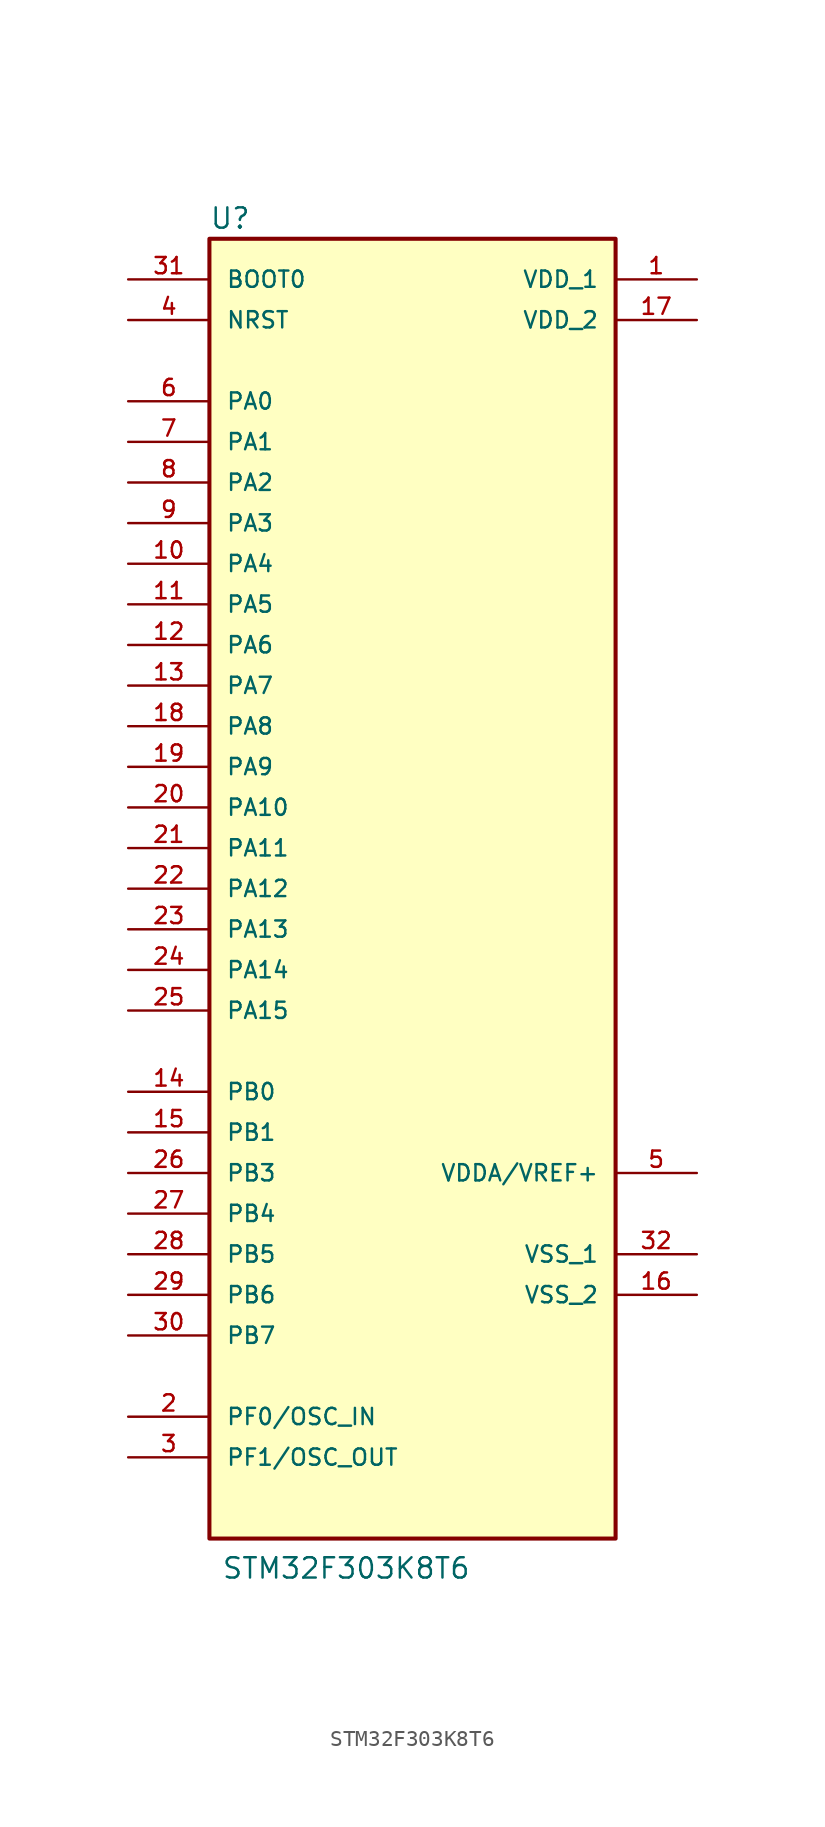
<source format=kicad_sym>
(kicad_symbol_lib
  (version 20211014)
  (generator kicad_symbol_editor)
  (symbol "STM32F303K8T6"
    (pin_names
      (offset 1.016))
    (property "Reference" "U"
      (at -12.708 41.173 0)
      (effects (font (size 1.27 1.27)) (justify bottom left)))
    (property "Value" "STM32F303K8T6"
      (at -11.955 -43.241 0)
      (effects (font (size 1.27 1.27)) (justify bottom left)))
    (symbol "STM32F303K8T6_0_0"
      (rectangle (start -12.7 -40.64) (end 12.7 40.64) (stroke (width 0.254)) (fill (type background)))
      (pin power_in line (at 17.78 -25.4 180.0) (length 5.08) (name "VSS_2" (effects (font (size 1.016 1.016)))) (number "16" (effects (font (size 1.016 1.016)))))
      (pin power_in line (at 17.78 35.56 180.0) (length 5.08) (name "VDD_2" (effects (font (size 1.016 1.016)))) (number "17" (effects (font (size 1.016 1.016)))))
      (pin power_in line (at 17.78 38.1 180.0) (length 5.08) (name "VDD_1" (effects (font (size 1.016 1.016)))) (number "1" (effects (font (size 1.016 1.016)))))
      (pin bidirectional line (at -17.78 30.48 0) (length 5.08) (name "PA0" (effects (font (size 1.016 1.016)))) (number "6" (effects (font (size 1.016 1.016)))))
      (pin bidirectional line (at -17.78 27.94 0) (length 5.08) (name "PA1" (effects (font (size 1.016 1.016)))) (number "7" (effects (font (size 1.016 1.016)))))
      (pin bidirectional line (at -17.78 25.4 0) (length 5.08) (name "PA2" (effects (font (size 1.016 1.016)))) (number "8" (effects (font (size 1.016 1.016)))))
      (pin bidirectional line (at -17.78 22.86 0) (length 5.08) (name "PA3" (effects (font (size 1.016 1.016)))) (number "9" (effects (font (size 1.016 1.016)))))
      (pin bidirectional line (at -17.78 20.32 0) (length 5.08) (name "PA4" (effects (font (size 1.016 1.016)))) (number "10" (effects (font (size 1.016 1.016)))))
      (pin bidirectional line (at -17.78 17.78 0) (length 5.08) (name "PA5" (effects (font (size 1.016 1.016)))) (number "11" (effects (font (size 1.016 1.016)))))
      (pin bidirectional line (at -17.78 15.24 0) (length 5.08) (name "PA6" (effects (font (size 1.016 1.016)))) (number "12" (effects (font (size 1.016 1.016)))))
      (pin bidirectional line (at -17.78 12.7 0) (length 5.08) (name "PA7" (effects (font (size 1.016 1.016)))) (number "13" (effects (font (size 1.016 1.016)))))
      (pin bidirectional line (at -17.78 -12.7 0) (length 5.08) (name "PB0" (effects (font (size 1.016 1.016)))) (number "14" (effects (font (size 1.016 1.016)))))
      (pin bidirectional line (at -17.78 -15.24 0) (length 5.08) (name "PB1" (effects (font (size 1.016 1.016)))) (number "15" (effects (font (size 1.016 1.016)))))
      (pin bidirectional line (at -17.78 -17.78 0) (length 5.08) (name "PB3" (effects (font (size 1.016 1.016)))) (number "26" (effects (font (size 1.016 1.016)))))
      (pin bidirectional line (at -17.78 -20.32 0) (length 5.08) (name "PB4" (effects (font (size 1.016 1.016)))) (number "27" (effects (font (size 1.016 1.016)))))
      (pin bidirectional line (at -17.78 -22.86 0) (length 5.08) (name "PB5" (effects (font (size 1.016 1.016)))) (number "28" (effects (font (size 1.016 1.016)))))
      (pin bidirectional line (at -17.78 -25.4 0) (length 5.08) (name "PB6" (effects (font (size 1.016 1.016)))) (number "29" (effects (font (size 1.016 1.016)))))
      (pin bidirectional line (at -17.78 -27.94 0) (length 5.08) (name "PB7" (effects (font (size 1.016 1.016)))) (number "30" (effects (font (size 1.016 1.016)))))
      (pin bidirectional line (at -17.78 10.16 0) (length 5.08) (name "PA8" (effects (font (size 1.016 1.016)))) (number "18" (effects (font (size 1.016 1.016)))))
      (pin bidirectional line (at -17.78 7.62 0) (length 5.08) (name "PA9" (effects (font (size 1.016 1.016)))) (number "19" (effects (font (size 1.016 1.016)))))
      (pin bidirectional line (at -17.78 5.08 0) (length 5.08) (name "PA10" (effects (font (size 1.016 1.016)))) (number "20" (effects (font (size 1.016 1.016)))))
      (pin bidirectional line (at -17.78 2.54 0) (length 5.08) (name "PA11" (effects (font (size 1.016 1.016)))) (number "21" (effects (font (size 1.016 1.016)))))
      (pin bidirectional line (at -17.78 0.0 0) (length 5.08) (name "PA12" (effects (font (size 1.016 1.016)))) (number "22" (effects (font (size 1.016 1.016)))))
      (pin bidirectional line (at -17.78 -2.54 0) (length 5.08) (name "PA13" (effects (font (size 1.016 1.016)))) (number "23" (effects (font (size 1.016 1.016)))))
      (pin bidirectional line (at -17.78 -5.08 0) (length 5.08) (name "PA14" (effects (font (size 1.016 1.016)))) (number "24" (effects (font (size 1.016 1.016)))))
      (pin bidirectional line (at -17.78 -7.62 0) (length 5.08) (name "PA15" (effects (font (size 1.016 1.016)))) (number "25" (effects (font (size 1.016 1.016)))))
      (pin bidirectional line (at -17.78 35.56 0) (length 5.08) (name "NRST" (effects (font (size 1.016 1.016)))) (number "4" (effects (font (size 1.016 1.016)))))
      (pin input line (at -17.78 38.1 0) (length 5.08) (name "BOOT0" (effects (font (size 1.016 1.016)))) (number "31" (effects (font (size 1.016 1.016)))))
      (pin bidirectional line (at -17.78 -33.02 0) (length 5.08) (name "PF0/OSC_IN" (effects (font (size 1.016 1.016)))) (number "2" (effects (font (size 1.016 1.016)))))
      (pin bidirectional line (at -17.78 -35.56 0) (length 5.08) (name "PF1/OSC_OUT" (effects (font (size 1.016 1.016)))) (number "3" (effects (font (size 1.016 1.016)))))
      (pin power_in line (at 17.78 -22.86 180.0) (length 5.08) (name "VSS_1" (effects (font (size 1.016 1.016)))) (number "32" (effects (font (size 1.016 1.016)))))
      (pin power_in line (at 17.78 -17.78 180.0) (length 5.08) (name "VDDA/VREF+" (effects (font (size 1.016 1.016)))) (number "5" (effects (font (size 1.016 1.016))))))))
</source>
